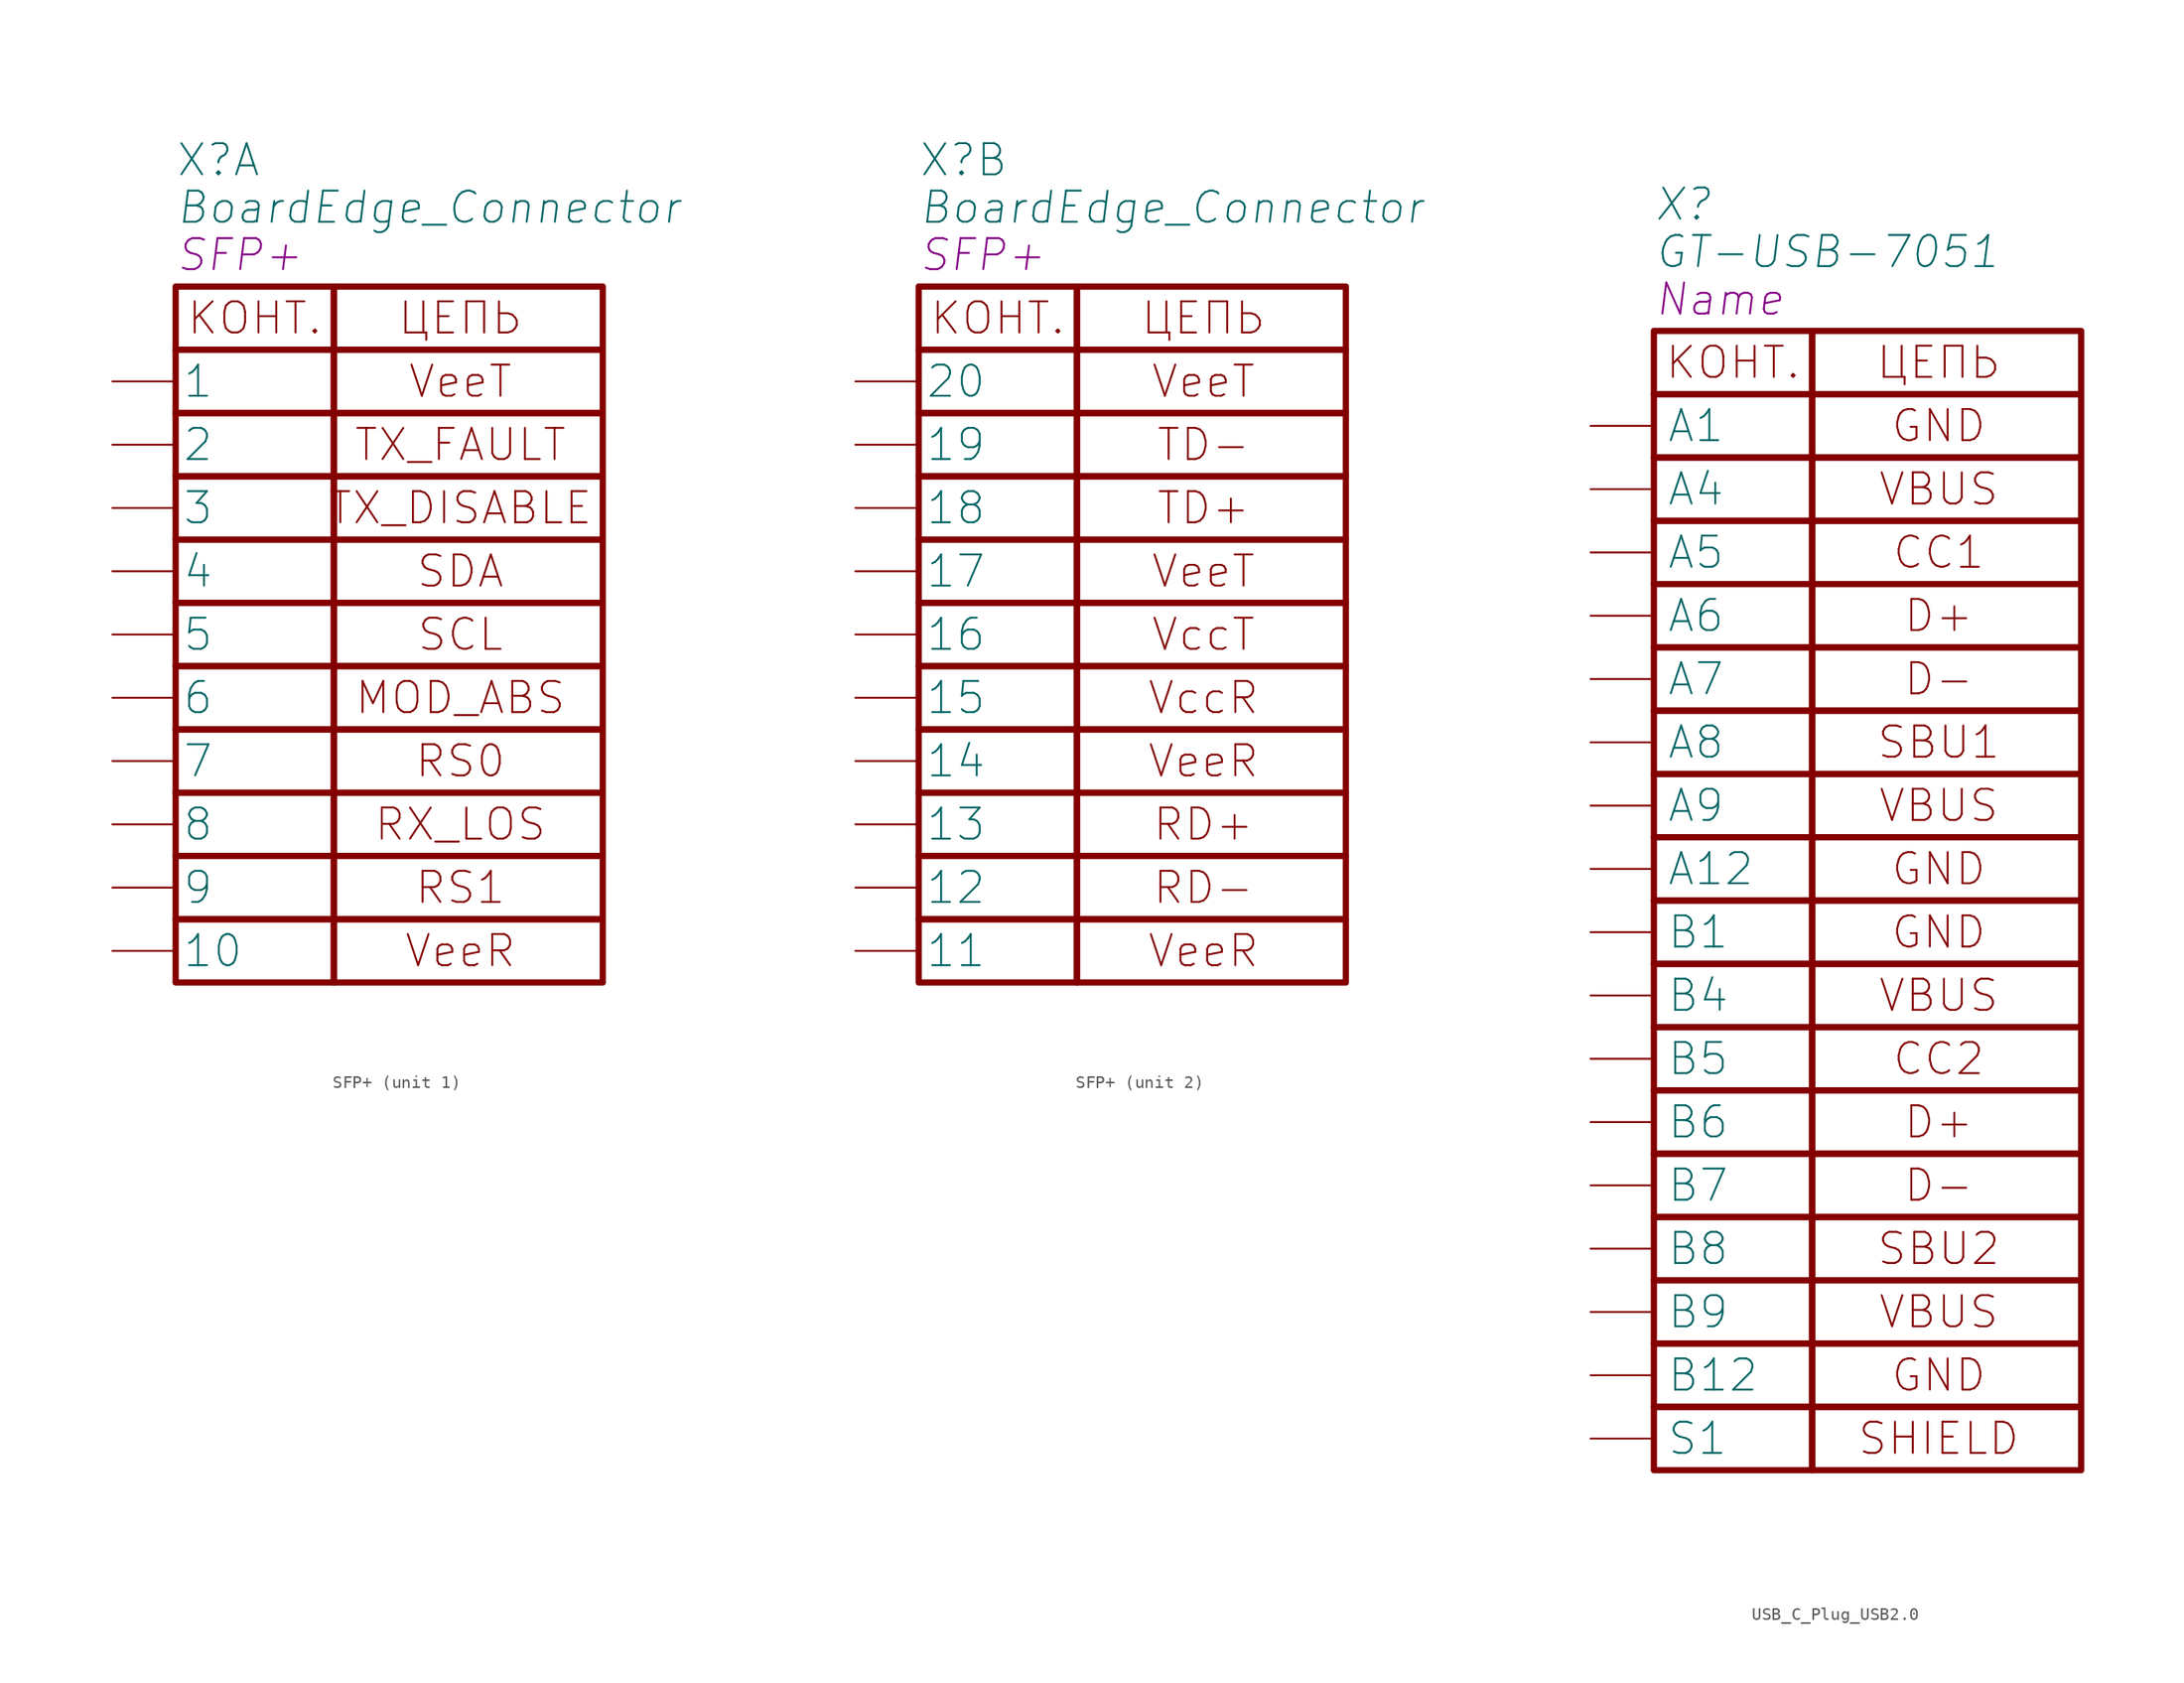
<source format=kicad_sym>
(kicad_symbol_lib
  (version 20241209)
  (generator "kicad_symbol_editor")
  (generator_version "9.0")
  (symbol "SFP+"
    (pin_numbers
      (hide yes))
    (property "Reference" "X"
      (at -12.7 10.16 0)
      (effects (font (size 2.5 2.5)) (justify left)))
    (property "Value" "BoardEdge_Connector"
      (at -12.7 6.35 0)
      (effects (font (size 2.5 2.5) (italic yes)) (justify left)))
    (property "Name" "SFP+"
      (at -12.7 2.54 0)
      (effects (font (size 2.489 2.489) (italic yes)) (justify left)))
    (symbol "SFP+_0_1"
      (rectangle (start -12.7 0) (end 0 -5.08) (stroke (width 0.5) (type default)) (fill (type none)))
      (rectangle (start -12.7 -5.08) (end 0 -10.16) (stroke (width 0.5) (type default)) (fill (type none)))
      (rectangle (start -12.7 -10.16) (end 0 -15.24) (stroke (width 0.5) (type default)) (fill (type none)))
      (rectangle (start -12.7 -15.24) (end 0 -20.32) (stroke (width 0.5) (type default)) (fill (type none)))
      (rectangle (start -12.7 -20.32) (end 0 -25.4) (stroke (width 0.5) (type default)) (fill (type none)))
      (rectangle (start -12.7 -25.4) (end 0 -30.48) (stroke (width 0.5) (type default)) (fill (type none)))
      (rectangle (start -12.7 -30.48) (end 0 -35.56) (stroke (width 0.5) (type default)) (fill (type none)))
      (rectangle (start -12.7 -35.56) (end 0 -40.64) (stroke (width 0.5) (type default)) (fill (type none)))
      (rectangle (start -12.7 -40.64) (end 0 -45.72) (stroke (width 0.5) (type default)) (fill (type none)))
      (rectangle (start -12.7 -45.72) (end 0 -50.8) (stroke (width 0.5) (type default)) (fill (type none)))
      (rectangle (start -12.7 -50.8) (end 0 -55.88) (stroke (width 0.5) (type default)) (fill (type none)))
      (rectangle (start 0 0) (end 21.59 -5.08) (stroke (width 0.5) (type default)) (fill (type none)))
      (text "КОНТ." (at -6.35 -2.54 0) (effects (font (size 2.5 2.5))))
      (text "ЦЕПЬ" (at 10.16 -2.54 0) (effects (font (size 2.5 2.5)))))
    (symbol "SFP+_1_1"
      (rectangle (start 0 -10.16) (end 21.59 -5.08) (stroke (width 0.5) (type default)) (fill (type none)))
      (rectangle (start 0 -15.24) (end 21.59 -10.16) (stroke (width 0.5) (type default)) (fill (type none)))
      (rectangle (start 0 -20.32) (end 21.59 -15.24) (stroke (width 0.5) (type default)) (fill (type none)))
      (rectangle (start 0 -25.4) (end 21.59 -20.32) (stroke (width 0.5) (type default)) (fill (type none)))
      (rectangle (start 0 -30.48) (end 21.59 -25.4) (stroke (width 0.5) (type default)) (fill (type none)))
      (rectangle (start 0 -35.56) (end 21.59 -30.48) (stroke (width 0.5) (type default)) (fill (type none)))
      (rectangle (start 0 -40.64) (end 21.59 -35.56) (stroke (width 0.5) (type default)) (fill (type none)))
      (rectangle (start 0 -45.72) (end 21.59 -40.64) (stroke (width 0.5) (type default)) (fill (type none)))
      (rectangle (start 0 -50.8) (end 21.59 -45.72) (stroke (width 0.5) (type default)) (fill (type none)))
      (rectangle (start 0 -55.88) (end 21.59 -50.8) (stroke (width 0.5) (type default)) (fill (type none)))
      (text "VeeT" (at 10.16 -7.62 0) (effects (font (size 2.5 2.5))))
      (text "TX_FAULT" (at 10.16 -12.7 0) (effects (font (size 2.5 2.5))))
      (text "TX_DISABLE" (at 10.16 -17.78 0) (effects (font (size 2.5 2.5))))
      (text "SDA" (at 10.16 -22.86 0) (effects (font (size 2.5 2.5))))
      (text "SCL" (at 10.16 -27.94 0) (effects (font (size 2.5 2.5))))
      (text "MOD_ABS" (at 10.16 -33.02 0) (effects (font (size 2.5 2.5))))
      (text "RS0" (at 10.16 -38.1 0) (effects (font (size 2.5 2.5))))
      (text "RX_LOS" (at 10.16 -43.18 0) (effects (font (size 2.5 2.5))))
      (text "RS1" (at 10.16 -48.26 0) (effects (font (size 2.5 2.5))))
      (text "VeeR" (at 10.16 -53.34 0) (effects (font (size 2.5 2.5))))
      (pin passive line (at -17.78 -7.62 0) (length 5.08) (name "1" (effects (font (size 2.5 2.5)))) (number "1" (effects (font (size 2.5 2.5)))))
      (pin open_collector line (at -17.78 -12.7 0) (length 5.08) (name "2" (effects (font (size 2.5 2.5)))) (number "2" (effects (font (size 2.5 2.5)))))
      (pin output line (at -17.78 -17.78 0) (length 5.08) (name "3" (effects (font (size 2.5 2.5)))) (number "3" (effects (font (size 2.5 2.5)))))
      (pin bidirectional line (at -17.78 -22.86 0) (length 5.08) (name "4" (effects (font (size 2.5 2.5)))) (number "4" (effects (font (size 2.5 2.5)))))
      (pin output line (at -17.78 -27.94 0) (length 5.08) (name "5" (effects (font (size 2.5 2.5)))) (number "5" (effects (font (size 2.5 2.5)))))
      (pin passive line (at -17.78 -33.02 0) (length 5.08) (name "6" (effects (font (size 2.5 2.5)))) (number "6" (effects (font (size 2.5 2.5)))))
      (pin output line (at -17.78 -38.1 0) (length 5.08) (name "7" (effects (font (size 2.5 2.5)))) (number "7" (effects (font (size 2.5 2.5)))))
      (pin open_collector line (at -17.78 -43.18 0) (length 5.08) (name "8" (effects (font (size 2.5 2.5)))) (number "8" (effects (font (size 2.5 2.5)))))
      (pin output line (at -17.78 -48.26 0) (length 5.08) (name "9" (effects (font (size 2.5 2.5)))) (number "9" (effects (font (size 2.5 2.5)))))
      (pin power_out line (at -17.78 -53.34 0) (length 5.08) (name "10" (effects (font (size 2.5 2.5)))) (number "10" (effects (font (size 2.5 2.5))))))
    (symbol "SFP+_2_1"
      (rectangle (start 0 -10.16) (end 21.59 -5.08) (stroke (width 0.5) (type default)) (fill (type none)))
      (rectangle (start 0 -15.24) (end 21.59 -10.16) (stroke (width 0.5) (type default)) (fill (type none)))
      (rectangle (start 0 -20.32) (end 21.59 -15.24) (stroke (width 0.5) (type default)) (fill (type none)))
      (rectangle (start 0 -25.4) (end 21.59 -20.32) (stroke (width 0.5) (type default)) (fill (type none)))
      (rectangle (start 0 -30.48) (end 21.59 -25.4) (stroke (width 0.5) (type default)) (fill (type none)))
      (rectangle (start 0 -35.56) (end 21.59 -30.48) (stroke (width 0.5) (type default)) (fill (type none)))
      (rectangle (start 0 -40.64) (end 21.59 -35.56) (stroke (width 0.5) (type default)) (fill (type none)))
      (rectangle (start 0 -45.72) (end 21.59 -40.64) (stroke (width 0.5) (type default)) (fill (type none)))
      (rectangle (start 0 -50.8) (end 21.59 -45.72) (stroke (width 0.5) (type default)) (fill (type none)))
      (rectangle (start 0 -55.88) (end 21.59 -50.8) (stroke (width 0.5) (type default)) (fill (type none)))
      (text "VeeT" (at 10.16 -7.62 0) (effects (font (size 2.5 2.5))))
      (text "TD-" (at 10.16 -12.7 0) (effects (font (size 2.5 2.5))))
      (text "TD+" (at 10.16 -17.78 0) (effects (font (size 2.5 2.5))))
      (text "VeeT" (at 10.16 -22.86 0) (effects (font (size 2.5 2.5))))
      (text "VccT" (at 10.16 -27.94 0) (effects (font (size 2.5 2.5))))
      (text "VccR" (at 10.16 -33.02 0) (effects (font (size 2.5 2.5))))
      (text "VeeR" (at 10.16 -38.1 0) (effects (font (size 2.5 2.5))))
      (text "RD+" (at 10.16 -43.18 0) (effects (font (size 2.5 2.5))))
      (text "RD-" (at 10.16 -48.26 0) (effects (font (size 2.5 2.5))))
      (text "VeeR" (at 10.16 -53.34 0) (effects (font (size 2.5 2.5))))
      (pin passive line (at -17.78 -7.62 0) (length 5.08) (name "20" (effects (font (size 2.5 2.5)))) (number "20" (effects (font (size 2.5 2.5)))))
      (pin output line (at -17.78 -12.7 0) (length 5.08) (name "19" (effects (font (size 2.5 2.5)))) (number "19" (effects (font (size 2.5 2.5)))))
      (pin output line (at -17.78 -17.78 0) (length 5.08) (name "18" (effects (font (size 2.5 2.5)))) (number "18" (effects (font (size 2.5 2.5)))))
      (pin passive line (at -17.78 -22.86 0) (length 5.08) (name "17" (effects (font (size 2.5 2.5)))) (number "17" (effects (font (size 2.5 2.5)))))
      (pin power_out line (at -17.78 -27.94 0) (length 5.08) (name "16" (effects (font (size 2.5 2.5)))) (number "16" (effects (font (size 2.5 2.5)))))
      (pin power_out line (at -17.78 -33.02 0) (length 5.08) (name "15" (effects (font (size 2.5 2.5)))) (number "15" (effects (font (size 2.5 2.5)))))
      (pin passive line (at -17.78 -38.1 0) (length 5.08) (name "14" (effects (font (size 2.5 2.5)))) (number "14" (effects (font (size 2.5 2.5)))))
      (pin input line (at -17.78 -43.18 0) (length 5.08) (name "13" (effects (font (size 2.5 2.5)))) (number "13" (effects (font (size 2.5 2.5)))))
      (pin input line (at -17.78 -48.26 0) (length 5.08) (name "12" (effects (font (size 2.5 2.5)))) (number "12" (effects (font (size 2.5 2.5)))))
      (pin passive line (at -17.78 -53.34 0) (length 5.08) (name "11" (effects (font (size 2.5 2.5)))) (number "11" (effects (font (size 2.5 2.5)))))))
  (symbol "USB_C_Plug_USB2.0"
    (pin_numbers
      (hide yes))
    (pin_names
      (offset 1.016))
    (property "Reference" "X"
      (at -12.7 10.16 0)
      (effects (font (size 2.5 2.5) (italic yes)) (justify left)))
    (property "Value" "GT-USB-7051"
      (at -12.7 6.35 0)
      (effects (font (size 2.5 2.5) (italic yes)) (justify left)))
    (property "Name" "Name"
      (at -12.7 2.54 0)
      (effects (font (size 2.5 2.5) (italic yes)) (justify left)))
    (symbol "USB_C_Plug_USB2.0_0_1"
      (rectangle (start -12.7 0) (end 0 -5.08) (stroke (width 0.5) (type default)) (fill (type none)))
      (rectangle (start -12.7 -5.08) (end 0 -10.16) (stroke (width 0.5) (type default)) (fill (type none)))
      (rectangle (start -12.7 -10.16) (end 0 -15.24) (stroke (width 0.5) (type default)) (fill (type none)))
      (rectangle (start -12.7 -15.24) (end 0 -20.32) (stroke (width 0.5) (type default)) (fill (type none)))
      (rectangle (start -12.7 -20.32) (end 0 -25.4) (stroke (width 0.5) (type default)) (fill (type none)))
      (rectangle (start -12.7 -25.4) (end 0 -30.48) (stroke (width 0.5) (type default)) (fill (type none)))
      (rectangle (start -12.7 -30.48) (end 0 -35.56) (stroke (width 0.5) (type default)) (fill (type none)))
      (rectangle (start -12.7 -35.56) (end 0 -40.64) (stroke (width 0.5) (type default)) (fill (type none)))
      (rectangle (start -12.7 -40.64) (end 0 -45.72) (stroke (width 0.5) (type default)) (fill (type none)))
      (rectangle (start -12.7 -45.72) (end 0 -50.8) (stroke (width 0.5) (type default)) (fill (type none)))
      (rectangle (start -12.7 -50.8) (end 0 -55.88) (stroke (width 0.5) (type default)) (fill (type none)))
      (rectangle (start -12.7 -55.88) (end 0 -60.96) (stroke (width 0.5) (type default)) (fill (type none)))
      (rectangle (start -12.7 -60.96) (end 0 -66.04) (stroke (width 0.5) (type default)) (fill (type none)))
      (rectangle (start -12.7 -66.04) (end 0 -71.12) (stroke (width 0.5) (type default)) (fill (type none)))
      (rectangle (start -12.7 -71.12) (end 0 -76.2) (stroke (width 0.5) (type default)) (fill (type none)))
      (rectangle (start -12.7 -76.2) (end 0 -81.28) (stroke (width 0.5) (type default)) (fill (type none)))
      (rectangle (start -12.7 -81.28) (end 0 -86.36) (stroke (width 0.5) (type default)) (fill (type none)))
      (rectangle (start -12.7 -86.36) (end 0 -91.44) (stroke (width 0.5) (type default)) (fill (type none)))
      (rectangle (start 0 0) (end 21.59 -5.08) (stroke (width 0.5) (type default)) (fill (type none)))
      (text "КОНТ." (at -6.35 -2.54 0) (effects (font (size 2.5 2.5))))
      (text "ЦЕПЬ" (at 10.16 -2.54 0) (effects (font (size 2.5 2.5)))))
    (symbol "USB_C_Plug_USB2.0_1_1"
      (rectangle (start 0 -10.16) (end 21.59 -5.08) (stroke (width 0.5) (type default)) (fill (type none)))
      (rectangle (start 0 -15.24) (end 21.59 -10.16) (stroke (width 0.5) (type default)) (fill (type none)))
      (rectangle (start 0 -20.32) (end 21.59 -15.24) (stroke (width 0.5) (type default)) (fill (type none)))
      (rectangle (start 0 -25.4) (end 21.59 -20.32) (stroke (width 0.5) (type default)) (fill (type none)))
      (rectangle (start 0 -30.48) (end 21.59 -25.4) (stroke (width 0.5) (type default)) (fill (type none)))
      (rectangle (start 0 -35.56) (end 21.59 -30.48) (stroke (width 0.5) (type default)) (fill (type none)))
      (rectangle (start 0 -40.64) (end 21.59 -35.56) (stroke (width 0.5) (type default)) (fill (type none)))
      (rectangle (start 0 -45.72) (end 21.59 -40.64) (stroke (width 0.5) (type default)) (fill (type none)))
      (rectangle (start 0 -50.8) (end 21.59 -45.72) (stroke (width 0.5) (type default)) (fill (type none)))
      (rectangle (start 0 -55.88) (end 21.59 -50.8) (stroke (width 0.5) (type default)) (fill (type none)))
      (rectangle (start 0 -60.96) (end 21.59 -55.88) (stroke (width 0.5) (type default)) (fill (type none)))
      (rectangle (start 0 -66.04) (end 21.59 -60.96) (stroke (width 0.5) (type default)) (fill (type none)))
      (rectangle (start 0 -71.12) (end 21.59 -66.04) (stroke (width 0.5) (type default)) (fill (type none)))
      (rectangle (start 0 -76.2) (end 21.59 -71.12) (stroke (width 0.5) (type default)) (fill (type none)))
      (rectangle (start 0 -81.28) (end 21.59 -76.2) (stroke (width 0.5) (type default)) (fill (type none)))
      (rectangle (start 0 -86.36) (end 21.59 -81.28) (stroke (width 0.5) (type default)) (fill (type none)))
      (rectangle (start 0 -91.44) (end 21.59 -86.36) (stroke (width 0.5) (type default)) (fill (type none)))
      (text "GND" (at 10.16 -7.62 0) (effects (font (size 2.5 2.5))))
      (text "VBUS" (at 10.16 -12.7 0) (effects (font (size 2.5 2.5))))
      (text "CC1" (at 10.16 -17.78 0) (effects (font (size 2.5 2.5))))
      (text "D+" (at 10.16 -22.86 0) (effects (font (size 2.5 2.5))))
      (text "D-" (at 10.16 -27.94 0) (effects (font (size 2.5 2.5))))
      (text "SBU1" (at 10.16 -33.02 0) (effects (font (size 2.5 2.5))))
      (text "VBUS" (at 10.16 -38.1 0) (effects (font (size 2.5 2.5))))
      (text "GND" (at 10.16 -43.18 0) (effects (font (size 2.5 2.5))))
      (text "GND" (at 10.16 -48.26 0) (effects (font (size 2.5 2.5))))
      (text "VBUS" (at 10.16 -53.34 0) (effects (font (size 2.5 2.5))))
      (text "CC2" (at 10.16 -58.42 0) (effects (font (size 2.5 2.5))))
      (text "D+" (at 10.16 -63.5 0) (effects (font (size 2.5 2.5))))
      (text "D-" (at 10.16 -68.58 0) (effects (font (size 2.5 2.5))))
      (text "SBU2" (at 10.16 -73.66 0) (effects (font (size 2.5 2.5))))
      (text "VBUS" (at 10.16 -78.74 0) (effects (font (size 2.5 2.5))))
      (text "GND" (at 10.16 -83.82 0) (effects (font (size 2.5 2.5))))
      (text "SHIELD" (at 10.16 -88.9 0) (effects (font (size 2.5 2.5))))
      (pin passive line (at -17.78 -7.62 0) (length 5.08) (name "A1" (effects (font (size 2.5 2.5)))) (number "A1" (effects (font (size 2.5 2.5)))))
      (pin power_out line (at -17.78 -12.7 0) (length 5.08) (name "A4" (effects (font (size 2.5 2.5)))) (number "A4" (effects (font (size 2.5 2.5)))))
      (pin input line (at -17.78 -17.78 0) (length 5.08) (name "A5" (effects (font (size 2.5 2.5)))) (number "A5" (effects (font (size 2.5 2.5)))))
      (pin bidirectional line (at -17.78 -22.86 0) (length 5.08) (name "A6" (effects (font (size 2.5 2.5)))) (number "A6" (effects (font (size 2.5 2.5)))))
      (pin bidirectional line (at -17.78 -27.94 0) (length 5.08) (name "A7" (effects (font (size 2.5 2.5)))) (number "A7" (effects (font (size 2.5 2.5)))))
      (pin bidirectional line (at -17.78 -33.02 0) (length 5.08) (name "A8" (effects (font (size 2.5 2.5)))) (number "A8" (effects (font (size 2.5 2.5)))))
      (pin passive line (at -17.78 -38.1 0) (length 5.08) (name "A9" (effects (font (size 2.5 2.5)))) (number "A9" (effects (font (size 2.5 2.5)))))
      (pin passive line (at -17.78 -43.18 0) (length 5.08) (name "A12" (effects (font (size 2.5 2.5)))) (number "A12" (effects (font (size 2.5 2.5)))))
      (pin passive line (at -17.78 -48.26 0) (length 5.08) (name "B1" (effects (font (size 2.5 2.5)))) (number "B1" (effects (font (size 2.5 2.5)))))
      (pin passive line (at -17.78 -53.34 0) (length 5.08) (name "B4" (effects (font (size 2.5 2.5)))) (number "B4" (effects (font (size 2.5 2.5)))))
      (pin input line (at -17.78 -58.42 0) (length 5.08) (name "B5" (effects (font (size 2.5 2.5)))) (number "B5" (effects (font (size 2.5 2.5)))))
      (pin bidirectional line (at -17.78 -63.5 0) (length 5.08) (name "B6" (effects (font (size 2.5 2.5)))) (number "B6" (effects (font (size 2.5 2.5)))))
      (pin bidirectional line (at -17.78 -68.58 0) (length 5.08) (name "B7" (effects (font (size 2.5 2.5)))) (number "B7" (effects (font (size 2.5 2.5)))))
      (pin bidirectional line (at -17.78 -73.66 0) (length 5.08) (name "B8" (effects (font (size 2.5 2.5)))) (number "B8" (effects (font (size 2.5 2.5)))))
      (pin passive line (at -17.78 -78.74 0) (length 5.08) (name "B9" (effects (font (size 2.5 2.5)))) (number "B9" (effects (font (size 2.5 2.5)))))
      (pin power_out line (at -17.78 -83.82 0) (length 5.08) (name "B12" (effects (font (size 2.5 2.5)))) (number "B12" (effects (font (size 2.5 2.5)))))
      (pin passive line (at -17.78 -88.9 0) (length 5.08) (name "S1" (effects (font (size 2.5 2.5)))) (number "S1" (effects (font (size 2.5 2.5))))))))
</source>
